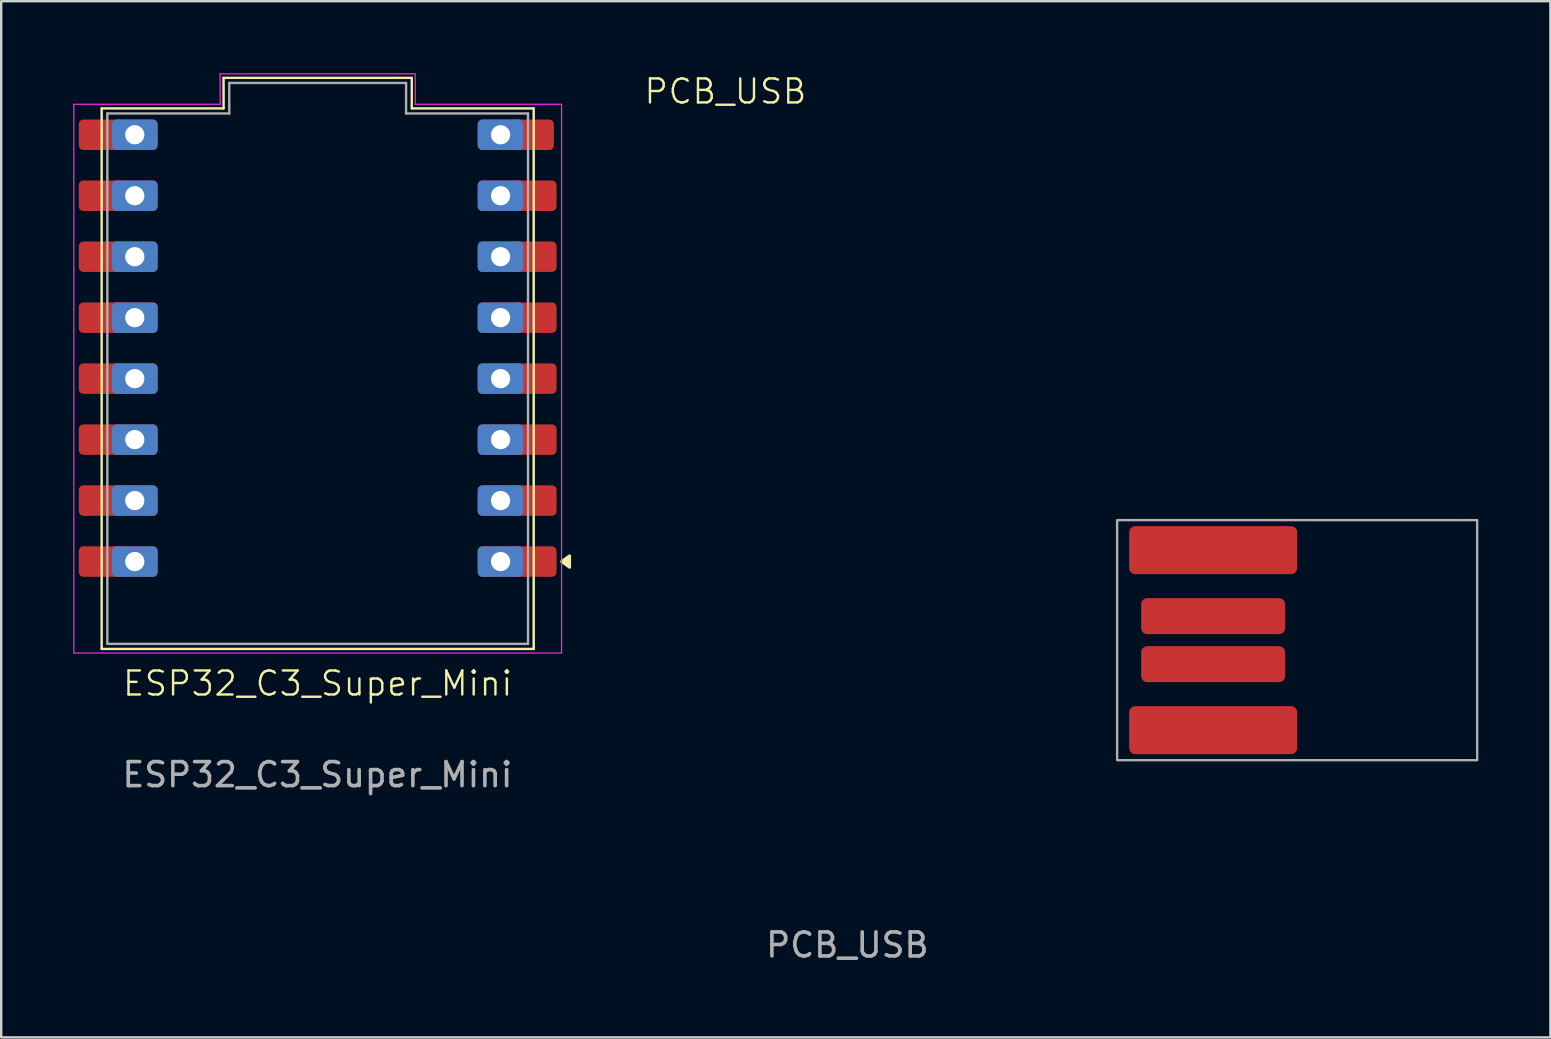
<source format=kicad_pcb>
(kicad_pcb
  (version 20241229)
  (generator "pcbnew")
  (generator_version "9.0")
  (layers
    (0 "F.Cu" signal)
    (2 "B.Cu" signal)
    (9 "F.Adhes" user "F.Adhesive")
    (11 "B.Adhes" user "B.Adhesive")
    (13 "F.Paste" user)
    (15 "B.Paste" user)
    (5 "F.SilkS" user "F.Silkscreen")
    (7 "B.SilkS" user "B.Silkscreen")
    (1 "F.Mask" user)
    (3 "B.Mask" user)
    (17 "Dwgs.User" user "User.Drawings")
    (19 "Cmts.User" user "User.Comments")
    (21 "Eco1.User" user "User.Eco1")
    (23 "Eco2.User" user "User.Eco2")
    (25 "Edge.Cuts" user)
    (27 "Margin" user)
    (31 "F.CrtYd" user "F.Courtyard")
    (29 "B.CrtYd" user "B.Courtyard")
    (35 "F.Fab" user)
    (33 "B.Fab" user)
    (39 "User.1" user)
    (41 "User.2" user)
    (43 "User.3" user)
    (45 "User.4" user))
  (footprint "PCB_USB"
    (layer "F.Cu")
    (at 47.492 23.62)
    (property "Reference" "PCB_USB" (at -20.32 -22.86 0) (unlocked yes) (layer "F.SilkS") (effects (font (size 1 1) (thickness 0.1))))
    (attr smd)
    (fp_rect (start -4 -5) (end 11 5) (stroke (width 0.1) (type solid)) (fill no) (layer "F.Fab"))
    (fp_text user "${REFERENCE}" (at -15.24 12.7 0) (unlocked yes) (layer "F.Fab") (effects (font (size 1 1) (thickness 0.15))))
    (pad "1" smd roundrect (at 0 3.75) (size 7 2) (layers "F.Cu" "F.Mask" "F.Paste") (roundrect_rratio 0.125))
    (pad "2" smd roundrect (at 0 1) (size 6 1.5) (layers "F.Cu" "F.Mask" "F.Paste") (roundrect_rratio 0.167))
    (pad "3" smd roundrect (at 0 -1 180) (size 6 1.5) (layers "F.Cu" "F.Mask" "F.Paste") (roundrect_rratio 0.167))
    (pad "4" smd roundrect (at 0 -3.75) (size 7 2) (layers "F.Cu" "F.Mask" "F.Paste") (roundrect_rratio 0.125)))
  (footprint "ESP32_C3_Super_Mini"
    (layer "F.Cu")
    (at 10.185 12.725)
    (property "Reference" "ESP32_C3_Super_Mini" (at 0 12.7 0) (unlocked yes) (layer "F.SilkS") (effects (font (size 1 1) (thickness 0.1))))
    (attr smd)
    (fp_line (start -9 -11.26) (end -9 11.26) (stroke (width 0.1) (type default)) (layer "F.SilkS"))
    (fp_line (start -9 -11.26) (end -3.92 -11.26) (stroke (width 0.1) (type default)) (layer "F.SilkS"))
    (fp_line (start -9 11.26) (end 9 11.26) (stroke (width 0.1) (type default)) (layer "F.SilkS"))
    (fp_line (start -3.92 -11.26) (end -3.92 -12.53) (stroke (width 0.1) (type default)) (layer "F.SilkS"))
    (fp_line (start 3.92 -12.53) (end -3.92 -12.53) (stroke (width 0.1) (type default)) (layer "F.SilkS"))
    (fp_line (start 3.92 -11.26) (end 3.92 -12.53) (stroke (width 0.1) (type default)) (layer "F.SilkS"))
    (fp_line (start 3.92 -11.26) (end 9 -11.26) (stroke (width 0.1) (type default)) (layer "F.SilkS"))
    (fp_line (start 9 11.26) (end 9 -11.26) (stroke (width 0.1) (type default)) (layer "F.SilkS"))
    (fp_poly (pts (xy 10.16 7.62) (xy 10.496 7.86) (xy 10.496 7.38) (xy 10.16 7.62)) (stroke (width 0.12) (type solid)) (fill yes) (layer "F.SilkS"))
    (fp_line (start -10.16 -11.43) (end -10.16 11.43) (stroke (width 0.05) (type solid)) (layer "F.CrtYd"))
    (fp_line (start -10.16 -11.43) (end -4.064 -11.43) (stroke (width 0.05) (type solid)) (layer "F.CrtYd"))
    (fp_line (start -4.064 -12.7) (end -4.064 -11.43) (stroke (width 0.05) (type solid)) (layer "F.CrtYd"))
    (fp_line (start 4.064 -12.7) (end -4.064 -12.7) (stroke (width 0.05) (type solid)) (layer "F.CrtYd"))
    (fp_line (start 4.064 -11.43) (end 4.064 -12.7) (stroke (width 0.05) (type solid)) (layer "F.CrtYd"))
    (fp_line (start 10.16 -11.43) (end 4.064 -11.43) (stroke (width 0.05) (type solid)) (layer "F.CrtYd"))
    (fp_line (start 10.16 11.43) (end -10.16 11.43) (stroke (width 0.05) (type solid)) (layer "F.CrtYd"))
    (fp_line (start 10.16 11.43) (end 10.16 -11.43) (stroke (width 0.05) (type solid)) (layer "F.CrtYd"))
    (fp_line (start -8.763 11.049) (end -8.763 -11.049) (stroke (width 0.1) (type solid)) (layer "F.Fab"))
    (fp_line (start -3.683 -11.049) (end -8.763 -11.049) (stroke (width 0.1) (type solid)) (layer "F.Fab"))
    (fp_line (start -3.683 -11.049) (end -3.683 -12.319) (stroke (width 0.1) (type solid)) (layer "F.Fab"))
    (fp_line (start 3.683 -12.319) (end -3.683 -12.319) (stroke (width 0.1) (type solid)) (layer "F.Fab"))
    (fp_line (start 3.683 -11.049) (end 3.683 -12.319) (stroke (width 0.1) (type solid)) (layer "F.Fab"))
    (fp_line (start 8.763 -11.049) (end 3.683 -11.049) (stroke (width 0.1) (type solid)) (layer "F.Fab"))
    (fp_line (start 8.763 11.049) (end -8.763 11.049) (stroke (width 0.1) (type solid)) (layer "F.Fab"))
    (fp_line (start 8.763 11.049) (end 8.763 -11.049) (stroke (width 0.1) (type solid)) (layer "F.Fab"))
    (fp_text user "${REFERENCE}" (at -0.01 16.5 0) (unlocked yes) (layer "F.Fab") (effects (font (size 1 1) (thickness 0.15))))
    (pad "0" thru_hole roundrect (at 7.62 7.62) (size 1.905 1.27) (drill 0.8) (layers "*.Cu" "*.Mask") (roundrect_rratio 0.15))
    (pad "0" smd roundrect (at 9 7.62) (size 1.905 1.27) (layers "F.Cu" "F.Mask" "F.Paste") (roundrect_rratio 0.15))
    (pad "1" thru_hole roundrect (at 7.62 5.08) (size 1.905 1.27) (drill 0.8) (layers "*.Cu" "*.Mask") (roundrect_rratio 0.15))
    (pad "1" smd roundrect (at 9 5.08) (size 1.905 1.27) (layers "F.Cu" "F.Mask" "F.Paste") (roundrect_rratio 0.15))
    (pad "2" thru_hole roundrect (at 7.62 2.54) (size 1.905 1.27) (drill 0.8) (layers "*.Cu" "*.Mask") (roundrect_rratio 0.15))
    (pad "2" smd roundrect (at 9 2.54) (size 1.905 1.27) (layers "F.Cu" "F.Mask" "F.Paste") (roundrect_rratio 0.15))
    (pad "3" thru_hole roundrect (at 7.62 0) (size 1.905 1.27) (drill 0.8) (layers "*.Cu" "*.Mask") (roundrect_rratio 0.15))
    (pad "3" smd roundrect (at 9 0) (size 1.905 1.27) (layers "F.Cu" "F.Mask" "F.Paste") (roundrect_rratio 0.15))
    (pad "4" thru_hole roundrect (at 7.62 -2.54) (size 1.905 1.27) (drill 0.8) (layers "*.Cu" "*.Mask") (roundrect_rratio 0.15))
    (pad "4" smd roundrect (at 9 -2.54) (size 1.905 1.27) (layers "F.Cu" "F.Mask" "F.Paste") (roundrect_rratio 0.15))
    (pad "5" thru_hole roundrect (at 7.62 -5.08) (size 1.905 1.27) (drill 0.8) (layers "*.Cu" "*.Mask") (roundrect_rratio 0.15))
    (pad "5" smd roundrect (at 9 -5.08) (size 1.905 1.27) (layers "F.Cu" "F.Mask" "F.Paste") (roundrect_rratio 0.15))
    (pad "6" thru_hole roundrect (at 7.62 -7.62) (size 1.905 1.27) (drill 0.8) (layers "*.Cu" "*.Mask") (roundrect_rratio 0.15))
    (pad "6" smd roundrect (at 9 -7.62) (size 1.905 1.27) (layers "F.Cu" "F.Mask" "F.Paste") (roundrect_rratio 0.15))
    (pad "7" thru_hole roundrect (at 7.62 -10.16) (size 1.905 1.27) (drill 0.8) (layers "*.Cu" "*.Mask") (roundrect_rratio 0.15))
    (pad "7" smd roundrect (at 8.89 -10.16) (size 1.905 1.27) (layers "F.Cu" "F.Mask" "F.Paste") (roundrect_rratio 0.15))
    (pad "8" smd roundrect (at -9 -10.16) (size 1.905 1.27) (layers "F.Cu" "F.Mask" "F.Paste") (roundrect_rratio 0.15))
    (pad "8" thru_hole roundrect (at -7.62 -10.16) (size 1.905 1.27) (drill 0.8) (layers "*.Cu" "*.Mask") (roundrect_rratio 0.15))
    (pad "9" smd roundrect (at -9 -7.62) (size 1.905 1.27) (layers "F.Cu" "F.Mask" "F.Paste") (roundrect_rratio 0.15))
    (pad "9" thru_hole roundrect (at -7.62 -7.62) (size 1.905 1.27) (drill 0.8) (layers "*.Cu" "*.Mask") (roundrect_rratio 0.15))
    (pad "10" smd roundrect (at -9 -5.08) (size 1.905 1.27) (layers "F.Cu" "F.Mask" "F.Paste") (roundrect_rratio 0.15))
    (pad "10" thru_hole roundrect (at -7.62 -5.08) (size 1.905 1.27) (drill 0.8) (layers "*.Cu" "*.Mask") (roundrect_rratio 0.15))
    (pad "11" smd roundrect (at -9 -2.54) (size 1.905 1.27) (layers "F.Cu" "F.Mask" "F.Paste") (roundrect_rratio 0.15))
    (pad "11" thru_hole roundrect (at -7.62 -2.54) (size 1.905 1.27) (drill 0.8) (layers "*.Cu" "*.Mask") (roundrect_rratio 0.15))
    (pad "12" smd roundrect (at -9 0) (size 1.905 1.27) (layers "F.Cu" "F.Mask" "F.Paste") (roundrect_rratio 0.15))
    (pad "12" thru_hole roundrect (at -7.62 0) (size 1.905 1.27) (drill 0.8) (layers "*.Cu" "*.Mask") (roundrect_rratio 0.15))
    (pad "13" smd roundrect (at -9 2.54) (size 1.905 1.27) (layers "F.Cu" "F.Mask" "F.Paste") (roundrect_rratio 0.15))
    (pad "13" thru_hole roundrect (at -7.62 2.54) (size 1.905 1.27) (drill 0.8) (layers "*.Cu" "*.Mask") (roundrect_rratio 0.15))
    (pad "14" smd roundrect (at -9 5.08) (size 1.905 1.27) (layers "F.Cu" "F.Mask" "F.Paste") (roundrect_rratio 0.15))
    (pad "14" thru_hole roundrect (at -7.62 5.08) (size 1.905 1.27) (drill 0.8) (layers "*.Cu" "*.Mask") (roundrect_rratio 0.15))
    (pad "15" smd roundrect (at -9 7.62) (size 1.905 1.27) (layers "F.Cu" "F.Mask" "F.Paste") (roundrect_rratio 0.15))
    (pad "15" thru_hole roundrect (at -7.62 7.62) (size 1.905 1.27) (drill 0.8) (layers "*.Cu" "*.Mask") (roundrect_rratio 0.15)))
  (gr_rect
    (start -3 -3)
    (end 61.542 40.169)
    (stroke (width 0.1) (type default))
    (fill no)
    (layer "Edge.Cuts")))
</source>
